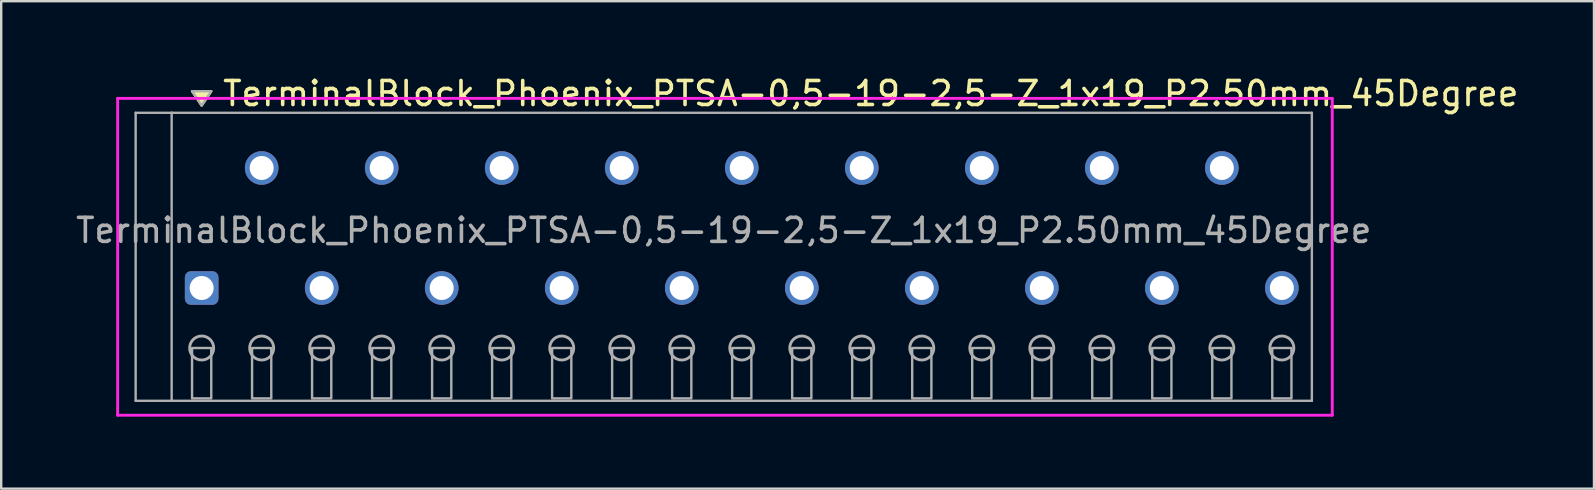
<source format=kicad_pcb>
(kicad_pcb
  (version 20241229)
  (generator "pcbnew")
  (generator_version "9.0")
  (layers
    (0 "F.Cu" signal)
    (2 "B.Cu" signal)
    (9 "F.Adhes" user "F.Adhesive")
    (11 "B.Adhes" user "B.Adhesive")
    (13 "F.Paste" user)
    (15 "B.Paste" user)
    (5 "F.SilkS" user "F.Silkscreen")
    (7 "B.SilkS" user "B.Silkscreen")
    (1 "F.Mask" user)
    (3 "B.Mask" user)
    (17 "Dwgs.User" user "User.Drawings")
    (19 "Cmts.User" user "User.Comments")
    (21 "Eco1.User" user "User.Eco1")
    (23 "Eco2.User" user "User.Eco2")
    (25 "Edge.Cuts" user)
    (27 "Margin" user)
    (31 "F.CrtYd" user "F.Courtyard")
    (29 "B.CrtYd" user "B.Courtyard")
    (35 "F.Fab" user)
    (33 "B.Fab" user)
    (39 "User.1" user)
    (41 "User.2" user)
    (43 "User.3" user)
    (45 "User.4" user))
  (footprint "TerminalBlock_Phoenix_PTSA-0,5-19-2,5-Z_1x19_P2.50mm_45Degree"
    (layer "F.Cu")
    (at 5.351 8.948)
    (property "Reference" "TerminalBlock_Phoenix_PTSA-0,5-19-2,5-Z_1x19_P2.50mm_45Degree" (at 0.8 -8.1 0) (layer "F.SilkS") (effects (font (size 1 1) (thickness 0.15)) (justify left)))
    (attr through_hole)
    (fp_poly (pts (xy 0 -7.6) (xy -0.4 -8.2) (xy 0.4 -8.2)) (stroke (width 0.1) (type solid)) (fill yes) (layer "F.SilkS"))
    (fp_line (start -3.5 -7.9) (end 47.1 -7.9) (stroke (width 0.12) (type solid)) (layer "F.CrtYd"))
    (fp_line (start -3.5 5.3) (end -3.5 -7.9) (stroke (width 0.12) (type solid)) (layer "F.CrtYd"))
    (fp_line (start 47.1 -7.9) (end 47.1 5.3) (stroke (width 0.12) (type solid)) (layer "F.CrtYd"))
    (fp_line (start 47.1 5.3) (end -3.5 5.3) (stroke (width 0.12) (type solid)) (layer "F.CrtYd"))
    (fp_line (start -2.75 -7.3) (end -1.25 -7.3) (stroke (width 0.1) (type solid)) (layer "F.Fab"))
    (fp_line (start -2.75 4.7) (end -2.75 -7.3) (stroke (width 0.1) (type solid)) (layer "F.Fab"))
    (fp_line (start -1.25 -7.3) (end -1.25 4.7) (stroke (width 0.1) (type solid)) (layer "F.Fab"))
    (fp_line (start -1.25 4.7) (end -2.75 4.7) (stroke (width 0.1) (type solid)) (layer "F.Fab"))
    (fp_line (start -1.25 4.7) (end 46.25 4.7) (stroke (width 0.1) (type solid)) (layer "F.Fab"))
    (fp_line (start 46.25 -7.3) (end -1.25 -7.3) (stroke (width 0.1) (type solid)) (layer "F.Fab"))
    (fp_line (start 46.25 4.7) (end 46.25 -7.3) (stroke (width 0.1) (type solid)) (layer "F.Fab"))
    (fp_circle (center 0 2.5) (end -0.5 2.5) (stroke (width 0.12) (type solid)) (fill no) (layer "F.Fab"))
    (fp_circle (center 2.5 2.5) (end 2 2.5) (stroke (width 0.12) (type solid)) (fill no) (layer "F.Fab"))
    (fp_circle (center 5 2.5) (end 4.5 2.5) (stroke (width 0.12) (type solid)) (fill no) (layer "F.Fab"))
    (fp_circle (center 7.5 2.5) (end 7 2.5) (stroke (width 0.12) (type solid)) (fill no) (layer "F.Fab"))
    (fp_circle (center 10 2.5) (end 9.5 2.5) (stroke (width 0.12) (type solid)) (fill no) (layer "F.Fab"))
    (fp_circle (center 12.5 2.5) (end 12 2.5) (stroke (width 0.12) (type solid)) (fill no) (layer "F.Fab"))
    (fp_circle (center 15 2.5) (end 14.5 2.5) (stroke (width 0.12) (type solid)) (fill no) (layer "F.Fab"))
    (fp_circle (center 17.5 2.5) (end 17 2.5) (stroke (width 0.12) (type solid)) (fill no) (layer "F.Fab"))
    (fp_circle (center 20 2.5) (end 19.5 2.5) (stroke (width 0.12) (type solid)) (fill no) (layer "F.Fab"))
    (fp_circle (center 22.5 2.5) (end 22 2.5) (stroke (width 0.12) (type solid)) (fill no) (layer "F.Fab"))
    (fp_circle (center 25 2.5) (end 24.5 2.5) (stroke (width 0.12) (type solid)) (fill no) (layer "F.Fab"))
    (fp_circle (center 27.5 2.5) (end 27 2.5) (stroke (width 0.12) (type solid)) (fill no) (layer "F.Fab"))
    (fp_circle (center 30 2.5) (end 29.5 2.5) (stroke (width 0.12) (type solid)) (fill no) (layer "F.Fab"))
    (fp_circle (center 32.5 2.5) (end 32 2.5) (stroke (width 0.12) (type solid)) (fill no) (layer "F.Fab"))
    (fp_circle (center 35 2.5) (end 34.5 2.5) (stroke (width 0.12) (type solid)) (fill no) (layer "F.Fab"))
    (fp_circle (center 37.5 2.5) (end 37 2.5) (stroke (width 0.12) (type solid)) (fill no) (layer "F.Fab"))
    (fp_circle (center 40 2.5) (end 39.5 2.5) (stroke (width 0.12) (type solid)) (fill no) (layer "F.Fab"))
    (fp_circle (center 42.5 2.5) (end 42 2.5) (stroke (width 0.12) (type solid)) (fill no) (layer "F.Fab"))
    (fp_circle (center 45 2.5) (end 44.5 2.5) (stroke (width 0.12) (type solid)) (fill no) (layer "F.Fab"))
    (fp_poly (pts (xy 0 -7.6) (xy -0.4 -8.2) (xy 0.4 -8.2)) (stroke (width 0.1) (type solid)) (fill no) (layer "F.Fab"))
    (fp_poly (pts (xy -0.4 2.5) (xy -0.4 4.6) (xy 0.4 4.6) (xy 0.4 2.5)) (stroke (width 0.1) (type solid)) (fill no) (layer "F.Fab"))
    (fp_poly (pts (xy 2.1 2.5) (xy 2.1 4.6) (xy 2.9 4.6) (xy 2.9 2.5)) (stroke (width 0.1) (type solid)) (fill no) (layer "F.Fab"))
    (fp_poly (pts (xy 4.6 2.5) (xy 4.6 4.6) (xy 5.4 4.6) (xy 5.4 2.5)) (stroke (width 0.1) (type solid)) (fill no) (layer "F.Fab"))
    (fp_poly (pts (xy 7.1 2.5) (xy 7.1 4.6) (xy 7.9 4.6) (xy 7.9 2.5)) (stroke (width 0.1) (type solid)) (fill no) (layer "F.Fab"))
    (fp_poly (pts (xy 9.6 2.5) (xy 9.6 4.6) (xy 10.4 4.6) (xy 10.4 2.5)) (stroke (width 0.1) (type solid)) (fill no) (layer "F.Fab"))
    (fp_poly (pts (xy 12.1 2.5) (xy 12.1 4.6) (xy 12.9 4.6) (xy 12.9 2.5)) (stroke (width 0.1) (type solid)) (fill no) (layer "F.Fab"))
    (fp_poly (pts (xy 14.6 2.5) (xy 14.6 4.6) (xy 15.4 4.6) (xy 15.4 2.5)) (stroke (width 0.1) (type solid)) (fill no) (layer "F.Fab"))
    (fp_poly (pts (xy 17.1 2.5) (xy 17.1 4.6) (xy 17.9 4.6) (xy 17.9 2.5)) (stroke (width 0.1) (type solid)) (fill no) (layer "F.Fab"))
    (fp_poly (pts (xy 19.6 2.5) (xy 19.6 4.6) (xy 20.4 4.6) (xy 20.4 2.5)) (stroke (width 0.1) (type solid)) (fill no) (layer "F.Fab"))
    (fp_poly (pts (xy 22.1 2.5) (xy 22.1 4.6) (xy 22.9 4.6) (xy 22.9 2.5)) (stroke (width 0.1) (type solid)) (fill no) (layer "F.Fab"))
    (fp_poly (pts (xy 24.6 2.5) (xy 24.6 4.6) (xy 25.4 4.6) (xy 25.4 2.5)) (stroke (width 0.1) (type solid)) (fill no) (layer "F.Fab"))
    (fp_poly (pts (xy 27.1 2.5) (xy 27.1 4.6) (xy 27.9 4.6) (xy 27.9 2.5)) (stroke (width 0.1) (type solid)) (fill no) (layer "F.Fab"))
    (fp_poly (pts (xy 29.6 2.5) (xy 29.6 4.6) (xy 30.4 4.6) (xy 30.4 2.5)) (stroke (width 0.1) (type solid)) (fill no) (layer "F.Fab"))
    (fp_poly (pts (xy 32.1 2.5) (xy 32.1 4.6) (xy 32.9 4.6) (xy 32.9 2.5)) (stroke (width 0.1) (type solid)) (fill no) (layer "F.Fab"))
    (fp_poly (pts (xy 34.6 2.5) (xy 34.6 4.6) (xy 35.4 4.6) (xy 35.4 2.5)) (stroke (width 0.1) (type solid)) (fill no) (layer "F.Fab"))
    (fp_poly (pts (xy 37.1 2.5) (xy 37.1 4.6) (xy 37.9 4.6) (xy 37.9 2.5)) (stroke (width 0.1) (type solid)) (fill no) (layer "F.Fab"))
    (fp_poly (pts (xy 39.6 2.5) (xy 39.6 4.6) (xy 40.4 4.6) (xy 40.4 2.5)) (stroke (width 0.1) (type solid)) (fill no) (layer "F.Fab"))
    (fp_poly (pts (xy 42.1 2.5) (xy 42.1 4.6) (xy 42.9 4.6) (xy 42.9 2.5)) (stroke (width 0.1) (type solid)) (fill no) (layer "F.Fab"))
    (fp_poly (pts (xy 44.6 2.5) (xy 44.6 4.6) (xy 45.4 4.6) (xy 45.4 2.5)) (stroke (width 0.1) (type solid)) (fill no) (layer "F.Fab"))
    (fp_text user "${REFERENCE}" (at 21.75 -2.4 0) (layer "F.Fab") (effects (font (size 1 1) (thickness 0.15))))
    (pad "1" thru_hole roundrect (at 0 0) (size 1.4 1.4) (drill 1) (layers "*.Cu" "*.Mask") (roundrect_rratio 0.179))
    (pad "2" thru_hole oval (at 2.5 -5) (size 1.4 1.4) (drill 1) (layers "*.Cu" "*.Mask"))
    (pad "3" thru_hole oval (at 5 0) (size 1.4 1.4) (drill 1) (layers "*.Cu" "*.Mask"))
    (pad "4" thru_hole oval (at 7.5 -5) (size 1.4 1.4) (drill 1) (layers "*.Cu" "*.Mask"))
    (pad "5" thru_hole oval (at 10 0) (size 1.4 1.4) (drill 1) (layers "*.Cu" "*.Mask"))
    (pad "6" thru_hole oval (at 12.5 -5) (size 1.4 1.4) (drill 1) (layers "*.Cu" "*.Mask"))
    (pad "7" thru_hole oval (at 15 0) (size 1.4 1.4) (drill 1) (layers "*.Cu" "*.Mask"))
    (pad "8" thru_hole oval (at 17.5 -5) (size 1.4 1.4) (drill 1) (layers "*.Cu" "*.Mask"))
    (pad "9" thru_hole oval (at 20 0) (size 1.4 1.4) (drill 1) (layers "*.Cu" "*.Mask"))
    (pad "10" thru_hole oval (at 22.5 -5) (size 1.4 1.4) (drill 1) (layers "*.Cu" "*.Mask"))
    (pad "11" thru_hole oval (at 25 0) (size 1.4 1.4) (drill 1) (layers "*.Cu" "*.Mask"))
    (pad "12" thru_hole oval (at 27.5 -5) (size 1.4 1.4) (drill 1) (layers "*.Cu" "*.Mask"))
    (pad "13" thru_hole oval (at 30 0) (size 1.4 1.4) (drill 1) (layers "*.Cu" "*.Mask"))
    (pad "14" thru_hole oval (at 32.5 -5) (size 1.4 1.4) (drill 1) (layers "*.Cu" "*.Mask"))
    (pad "15" thru_hole oval (at 35 0) (size 1.4 1.4) (drill 1) (layers "*.Cu" "*.Mask"))
    (pad "16" thru_hole oval (at 37.5 -5) (size 1.4 1.4) (drill 1) (layers "*.Cu" "*.Mask"))
    (pad "17" thru_hole oval (at 40 0) (size 1.4 1.4) (drill 1) (layers "*.Cu" "*.Mask"))
    (pad "18" thru_hole oval (at 42.5 -5) (size 1.4 1.4) (drill 1) (layers "*.Cu" "*.Mask"))
    (pad "19" thru_hole oval (at 45 0) (size 1.4 1.4) (drill 1) (layers "*.Cu" "*.Mask")))
  (gr_rect
    (start -3 -3)
    (end 63.354 17.308)
    (stroke (width 0.1) (type default))
    (fill no)
    (layer "Edge.Cuts")))
</source>
